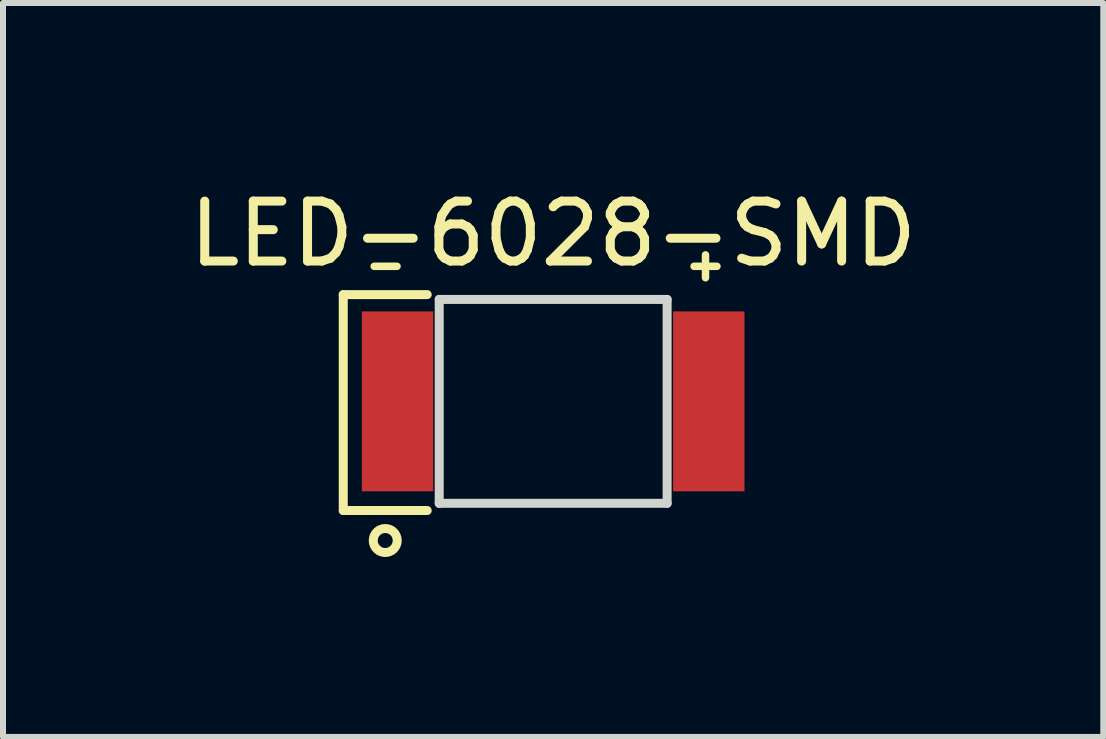
<source format=kicad_pcb>
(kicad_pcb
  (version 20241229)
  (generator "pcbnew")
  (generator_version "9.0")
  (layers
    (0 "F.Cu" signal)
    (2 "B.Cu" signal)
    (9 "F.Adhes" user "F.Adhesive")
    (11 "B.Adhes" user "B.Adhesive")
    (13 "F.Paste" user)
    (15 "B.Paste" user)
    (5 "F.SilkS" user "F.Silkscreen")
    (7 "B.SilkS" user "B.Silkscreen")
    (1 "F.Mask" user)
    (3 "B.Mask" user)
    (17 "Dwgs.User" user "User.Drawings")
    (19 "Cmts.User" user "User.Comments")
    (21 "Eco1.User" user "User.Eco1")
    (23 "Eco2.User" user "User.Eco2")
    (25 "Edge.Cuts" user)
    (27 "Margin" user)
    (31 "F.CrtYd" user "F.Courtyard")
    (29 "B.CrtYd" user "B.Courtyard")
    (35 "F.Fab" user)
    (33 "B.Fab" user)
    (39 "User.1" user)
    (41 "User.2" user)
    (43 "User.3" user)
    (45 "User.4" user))
  (footprint "LED-6028-SMD"
    (layer "F.Cu")
    (at 3.578 3.642)
    (property "Reference" "LED-6028-SMD" (at 2.595 -2.794 0) (layer "F.SilkS") (effects (font (size 1 1) (thickness 0.15))))
    (attr smd)
    (fp_line (start -0.905 -1.78) (end 0.495 -1.78) (stroke (width 0.15) (type solid)) (layer "F.SilkS"))
    (fp_line (start -0.905 1.82) (end -0.905 -1.78) (stroke (width 0.15) (type solid)) (layer "F.SilkS"))
    (fp_line (start -0.905 1.82) (end 0.495 1.82) (stroke (width 0.15) (type solid)) (layer "F.SilkS"))
    (fp_circle (center -0.205 2.32) (end -0.205 2.12) (stroke (width 0.15) (type solid)) (fill no) (layer "F.SilkS"))
    (fp_line (start 0.695 -1.7) (end 0.695 1.7) (stroke (width 0.15) (type solid)) (layer "Edge.Cuts"))
    (fp_line (start 4.495 -1.7) (end 0.695 -1.7) (stroke (width 0.15) (type solid)) (layer "Edge.Cuts"))
    (fp_line (start 4.495 -1.7) (end 4.495 1.7) (stroke (width 0.15) (type solid)) (layer "Edge.Cuts"))
    (fp_line (start 4.495 1.7) (end 0.695 1.7) (stroke (width 0.15) (type solid)) (layer "Edge.Cuts"))
    (fp_text user "+" (at 5.135 -2.286 0) (unlocked yes) (layer "F.SilkS") (effects (font (size 0.5 0.5) (thickness 0.125))))
    (fp_text user "-" (at -0.199 -2.286 0) (unlocked yes) (layer "F.SilkS") (effects (font (size 0.5 0.5) (thickness 0.125))))
    (pad "1" smd rect (at 0 0) (size 1.19 3) (layers "F.Cu" "F.Mask" "F.Paste"))
    (pad "2" smd rect (at 5.19 0) (size 1.19 3) (layers "F.Cu" "F.Mask" "F.Paste")))
  (gr_rect
    (start -3 -3)
    (end 15.345 9.237)
    (stroke (width 0.1) (type default))
    (fill no)
    (layer "Edge.Cuts")))
</source>
